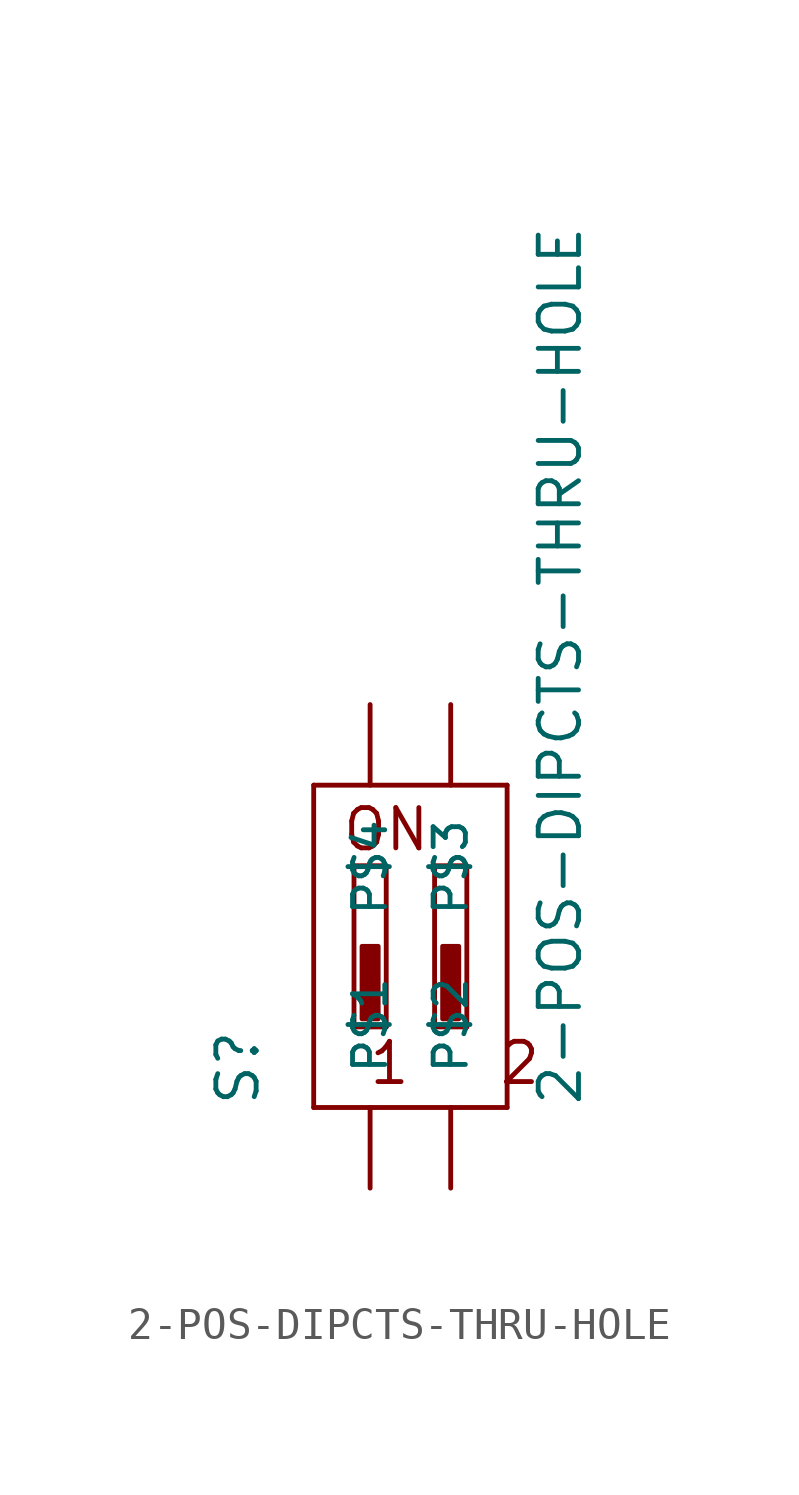
<source format=kicad_sym>
(kicad_symbol_lib
  (version 20211014)
  (generator kicad_symbol_editor)
  (symbol "2-POS-DIPCTS-THRU-HOLE"
    (pin_numbers hide)
    (pin_names
      (offset 1.016))
    (property "Reference" "S"
      (at -3.429 -5.08 90)
      (effects (font (size 1.27 1.27)) (justify left bottom)))
    (property "Value" "2-POS-DIPCTS-THRU-HOLE"
      (at 6.731 -5.08 90)
      (effects (font (size 1.27 1.27)) (justify left bottom)))
    (property "ki_locked" ""
      (at 0 0 0)
      (effects (font (size 1.27 1.27))))
    (symbol "2-POS-DIPCTS-THRU-HOLE_1_0"
      (polyline (pts (xy -1.778 -5.08) (xy -1.778 5.08)) (stroke (width 0) (type default) (color 0 0 0 0)) (fill (type none)))
      (polyline (pts (xy -1.778 5.08) (xy 4.318 5.08)) (stroke (width 0) (type default) (color 0 0 0 0)) (fill (type none)))
      (polyline (pts (xy -0.508 -2.54) (xy 0.508 -2.54)) (stroke (width 0) (type default) (color 0 0 0 0)) (fill (type none)))
      (polyline (pts (xy -0.508 2.54) (xy -0.508 -2.54)) (stroke (width 0) (type default) (color 0 0 0 0)) (fill (type none)))
      (polyline (pts (xy 0.508 -2.54) (xy 0.508 2.54)) (stroke (width 0) (type default) (color 0 0 0 0)) (fill (type none)))
      (polyline (pts (xy 0.508 2.54) (xy -0.508 2.54)) (stroke (width 0) (type default) (color 0 0 0 0)) (fill (type none)))
      (polyline (pts (xy 2.032 -2.54) (xy 3.048 -2.54)) (stroke (width 0) (type default) (color 0 0 0 0)) (fill (type none)))
      (polyline (pts (xy 2.032 2.54) (xy 2.032 -2.54)) (stroke (width 0) (type default) (color 0 0 0 0)) (fill (type none)))
      (polyline (pts (xy 3.048 -2.54) (xy 3.048 2.54)) (stroke (width 0) (type default) (color 0 0 0 0)) (fill (type none)))
      (polyline (pts (xy 3.048 2.54) (xy 2.032 2.54)) (stroke (width 0) (type default) (color 0 0 0 0)) (fill (type none)))
      (polyline (pts (xy 4.318 -5.08) (xy -1.778 -5.08)) (stroke (width 0) (type default) (color 0 0 0 0)) (fill (type none)))
      (polyline (pts (xy 4.318 5.08) (xy 4.318 -5.08)) (stroke (width 0) (type default) (color 0 0 0 0)) (fill (type none)))
      (text "1   2" (at 2.667 -3.683 0) (effects (font (size 1.27 1.27))))
      (text "ON" (at 0.508 3.683 0) (effects (font (size 1.27 1.27)))))
    (symbol "2-POS-DIPCTS-THRU-HOLE_1_1"
      (rectangle (start -0.254 -2.286) (end 0.254 0) (stroke (width 0) (type default) (color 0 0 0 0)) (fill (type outline)))
      (rectangle (start 2.286 -2.286) (end 2.794 0) (stroke (width 0) (type default) (color 0 0 0 0)) (fill (type outline)))
      (pin bidirectional line (at 0 -7.62 90) (length 2.54) (name "P$1" (effects (font (size 1.016 1.016)))) (number "1" (effects (font (size 1.016 1.016)))))
      (pin bidirectional line (at 2.54 -7.62 90) (length 2.54) (name "P$2" (effects (font (size 1.016 1.016)))) (number "2" (effects (font (size 1.016 1.016)))))
      (pin bidirectional line (at 2.54 7.62 270) (length 2.54) (name "P$3" (effects (font (size 1.016 1.016)))) (number "3" (effects (font (size 1.016 1.016)))))
      (pin bidirectional line (at 0 7.62 270) (length 2.54) (name "P$4" (effects (font (size 1.016 1.016)))) (number "4" (effects (font (size 1.016 1.016))))))))
</source>
